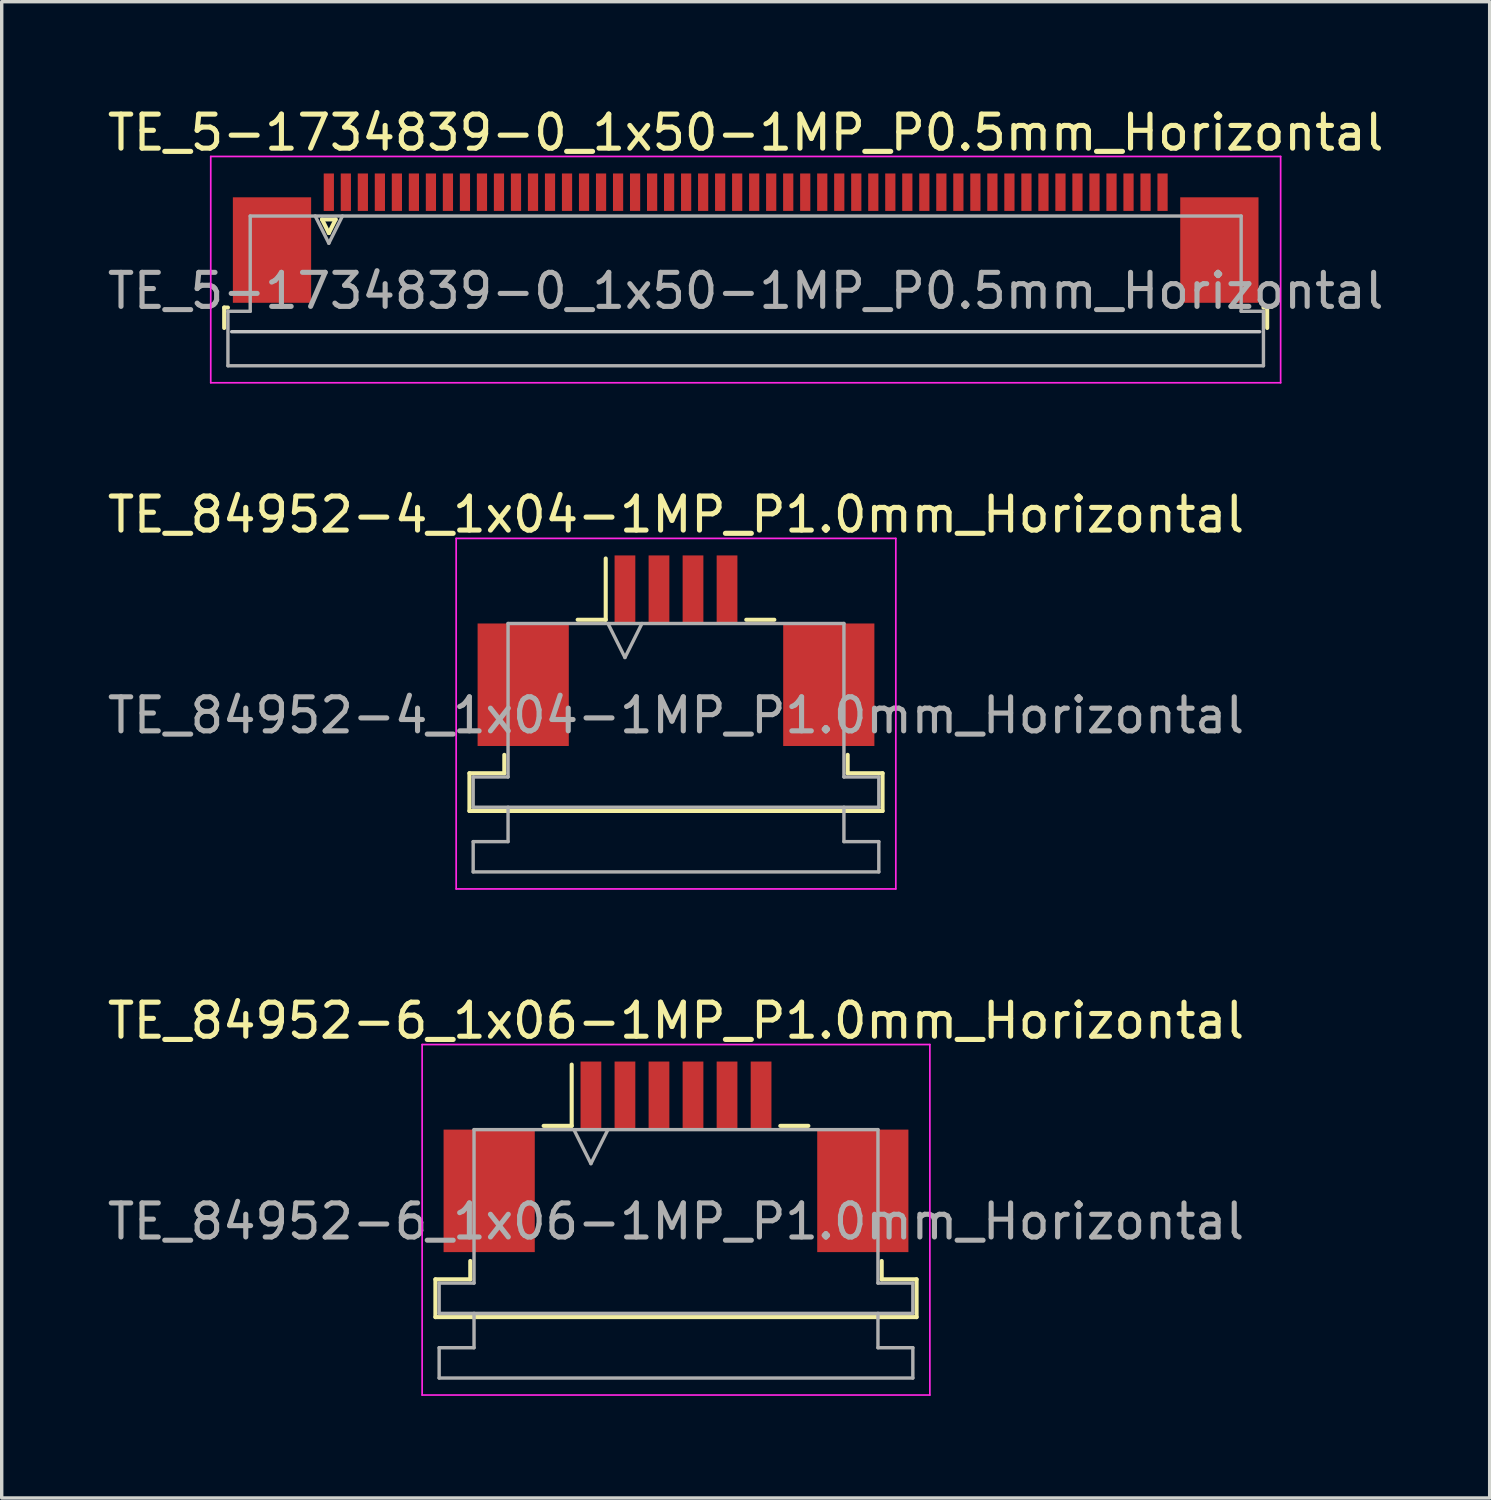
<source format=kicad_pcb>
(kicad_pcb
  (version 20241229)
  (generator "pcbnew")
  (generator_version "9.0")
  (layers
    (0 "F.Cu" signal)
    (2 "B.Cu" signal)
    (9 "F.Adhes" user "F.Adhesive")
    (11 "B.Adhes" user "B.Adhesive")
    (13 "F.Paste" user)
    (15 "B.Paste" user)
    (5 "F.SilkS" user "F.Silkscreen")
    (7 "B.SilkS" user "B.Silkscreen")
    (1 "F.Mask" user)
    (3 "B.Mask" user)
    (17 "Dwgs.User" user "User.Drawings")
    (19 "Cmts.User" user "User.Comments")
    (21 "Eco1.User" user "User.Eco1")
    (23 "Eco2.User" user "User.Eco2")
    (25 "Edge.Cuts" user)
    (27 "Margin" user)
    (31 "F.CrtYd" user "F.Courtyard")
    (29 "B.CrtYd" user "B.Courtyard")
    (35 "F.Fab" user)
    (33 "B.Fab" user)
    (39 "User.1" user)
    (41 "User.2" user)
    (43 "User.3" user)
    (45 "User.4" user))
  (footprint "TE_84952-6_1x06-1MP_P1.0mm_Horizontal"
    (layer "F.Cu")
    (at 16.815 30.945)
    (property "Reference" "TE_84952-6_1x06-1MP_P1.0mm_Horizontal" (at 0 -4 0) (layer "F.SilkS") (effects (font (size 1 1) (thickness 0.15))))
    (attr smd)
    (fp_line (start -7.07 3.6) (end -6.045 3.6) (stroke (width 0.12) (type solid)) (layer "F.SilkS"))
    (fp_line (start -7.07 4.71) (end -7.07 3.6) (stroke (width 0.12) (type solid)) (layer "F.SilkS"))
    (fp_line (start -6.045 3.6) (end -6.045 3.06) (stroke (width 0.12) (type solid)) (layer "F.SilkS"))
    (fp_line (start -3.89 -0.91) (end -3.065 -0.91) (stroke (width 0.12) (type solid)) (layer "F.SilkS"))
    (fp_line (start -3.065 -0.91) (end -3.065 -2.71) (stroke (width 0.12) (type solid)) (layer "F.SilkS"))
    (fp_line (start 3.065 -0.91) (end 3.89 -0.91) (stroke (width 0.12) (type solid)) (layer "F.SilkS"))
    (fp_line (start 6.045 3.06) (end 6.045 3.6) (stroke (width 0.12) (type solid)) (layer "F.SilkS"))
    (fp_line (start 6.045 3.6) (end 7.07 3.6) (stroke (width 0.12) (type solid)) (layer "F.SilkS"))
    (fp_line (start 7.07 3.6) (end 7.07 4.71) (stroke (width 0.12) (type solid)) (layer "F.SilkS"))
    (fp_line (start 7.07 4.71) (end -7.07 4.71) (stroke (width 0.12) (type solid)) (layer "F.SilkS"))
    (fp_line (start -7.46 -3.3) (end -7.46 7) (stroke (width 0.05) (type solid)) (layer "F.CrtYd"))
    (fp_line (start -7.46 7) (end 7.46 7) (stroke (width 0.05) (type solid)) (layer "F.CrtYd"))
    (fp_line (start 7.46 -3.3) (end -7.46 -3.3) (stroke (width 0.05) (type solid)) (layer "F.CrtYd"))
    (fp_line (start 7.46 7) (end 7.46 -3.3) (stroke (width 0.05) (type solid)) (layer "F.CrtYd"))
    (fp_line (start -6.96 3.71) (end -5.935 3.71) (stroke (width 0.1) (type solid)) (layer "F.Fab"))
    (fp_line (start -6.96 4.6) (end -6.96 3.71) (stroke (width 0.1) (type solid)) (layer "F.Fab"))
    (fp_line (start -6.96 5.61) (end -5.935 5.61) (stroke (width 0.1) (type solid)) (layer "F.Fab"))
    (fp_line (start -6.96 6.5) (end -6.96 5.61) (stroke (width 0.1) (type solid)) (layer "F.Fab"))
    (fp_line (start -5.935 -0.8) (end 5.935 -0.8) (stroke (width 0.1) (type solid)) (layer "F.Fab"))
    (fp_line (start -5.935 3.71) (end -5.935 -0.8) (stroke (width 0.1) (type solid)) (layer "F.Fab"))
    (fp_line (start -5.935 5.61) (end -5.935 4.6) (stroke (width 0.1) (type solid)) (layer "F.Fab"))
    (fp_line (start -3 -0.8) (end -2.5 0.2) (stroke (width 0.1) (type solid)) (layer "F.Fab"))
    (fp_line (start -2.5 0.2) (end -2 -0.8) (stroke (width 0.1) (type solid)) (layer "F.Fab"))
    (fp_line (start 5.935 -0.8) (end 5.935 3.71) (stroke (width 0.1) (type solid)) (layer "F.Fab"))
    (fp_line (start 5.935 3.71) (end 6.96 3.71) (stroke (width 0.1) (type solid)) (layer "F.Fab"))
    (fp_line (start 5.935 4.6) (end 5.935 5.61) (stroke (width 0.1) (type solid)) (layer "F.Fab"))
    (fp_line (start 5.935 5.61) (end 6.96 5.61) (stroke (width 0.1) (type solid)) (layer "F.Fab"))
    (fp_line (start 6.96 3.71) (end 6.96 4.6) (stroke (width 0.1) (type solid)) (layer "F.Fab"))
    (fp_line (start 6.96 4.6) (end -6.96 4.6) (stroke (width 0.1) (type solid)) (layer "F.Fab"))
    (fp_line (start 6.96 5.61) (end 6.96 6.5) (stroke (width 0.1) (type solid)) (layer "F.Fab"))
    (fp_line (start 6.96 6.5) (end -6.96 6.5) (stroke (width 0.1) (type solid)) (layer "F.Fab"))
    (fp_text user "${REFERENCE}" (at 0 1.9 0) (layer "F.Fab") (effects (font (size 1 1) (thickness 0.15))))
    (pad "1" smd rect (at -2.5 -1.8) (size 0.61 2) (layers "F.Cu" "F.Mask" "F.Paste"))
    (pad "2" smd rect (at -1.5 -1.8) (size 0.61 2) (layers "F.Cu" "F.Mask" "F.Paste"))
    (pad "3" smd rect (at -0.5 -1.8) (size 0.61 2) (layers "F.Cu" "F.Mask" "F.Paste"))
    (pad "4" smd rect (at 0.5 -1.8) (size 0.61 2) (layers "F.Cu" "F.Mask" "F.Paste"))
    (pad "5" smd rect (at 1.5 -1.8) (size 0.61 2) (layers "F.Cu" "F.Mask" "F.Paste"))
    (pad "6" smd rect (at 2.5 -1.8) (size 0.61 2) (layers "F.Cu" "F.Mask" "F.Paste"))
    (pad "MP" smd rect (at -5.49 1) (size 2.68 3.6) (layers "F.Cu" "F.Mask" "F.Paste"))
    (pad "MP" smd rect (at 5.49 1) (size 2.68 3.6) (layers "F.Cu" "F.Mask" "F.Paste")))
  (footprint "TE_84952-4_1x04-1MP_P1.0mm_Horizontal"
    (layer "F.Cu")
    (at 16.815 16.072)
    (property "Reference" "TE_84952-4_1x04-1MP_P1.0mm_Horizontal" (at 0 -4 0) (layer "F.SilkS") (effects (font (size 1 1) (thickness 0.15))))
    (attr smd)
    (fp_line (start -6.07 3.6) (end -5.045 3.6) (stroke (width 0.12) (type solid)) (layer "F.SilkS"))
    (fp_line (start -6.07 4.71) (end -6.07 3.6) (stroke (width 0.12) (type solid)) (layer "F.SilkS"))
    (fp_line (start -5.045 3.6) (end -5.045 3.06) (stroke (width 0.12) (type solid)) (layer "F.SilkS"))
    (fp_line (start -2.89 -0.91) (end -2.065 -0.91) (stroke (width 0.12) (type solid)) (layer "F.SilkS"))
    (fp_line (start -2.065 -0.91) (end -2.065 -2.71) (stroke (width 0.12) (type solid)) (layer "F.SilkS"))
    (fp_line (start 2.065 -0.91) (end 2.89 -0.91) (stroke (width 0.12) (type solid)) (layer "F.SilkS"))
    (fp_line (start 5.045 3.06) (end 5.045 3.6) (stroke (width 0.12) (type solid)) (layer "F.SilkS"))
    (fp_line (start 5.045 3.6) (end 6.07 3.6) (stroke (width 0.12) (type solid)) (layer "F.SilkS"))
    (fp_line (start 6.07 3.6) (end 6.07 4.71) (stroke (width 0.12) (type solid)) (layer "F.SilkS"))
    (fp_line (start 6.07 4.71) (end -6.07 4.71) (stroke (width 0.12) (type solid)) (layer "F.SilkS"))
    (fp_line (start -6.46 -3.3) (end -6.46 7) (stroke (width 0.05) (type solid)) (layer "F.CrtYd"))
    (fp_line (start -6.46 7) (end 6.46 7) (stroke (width 0.05) (type solid)) (layer "F.CrtYd"))
    (fp_line (start 6.46 -3.3) (end -6.46 -3.3) (stroke (width 0.05) (type solid)) (layer "F.CrtYd"))
    (fp_line (start 6.46 7) (end 6.46 -3.3) (stroke (width 0.05) (type solid)) (layer "F.CrtYd"))
    (fp_line (start -5.96 3.71) (end -4.935 3.71) (stroke (width 0.1) (type solid)) (layer "F.Fab"))
    (fp_line (start -5.96 4.6) (end -5.96 3.71) (stroke (width 0.1) (type solid)) (layer "F.Fab"))
    (fp_line (start -5.96 5.61) (end -4.935 5.61) (stroke (width 0.1) (type solid)) (layer "F.Fab"))
    (fp_line (start -5.96 6.5) (end -5.96 5.61) (stroke (width 0.1) (type solid)) (layer "F.Fab"))
    (fp_line (start -4.935 -0.8) (end 4.935 -0.8) (stroke (width 0.1) (type solid)) (layer "F.Fab"))
    (fp_line (start -4.935 3.71) (end -4.935 -0.8) (stroke (width 0.1) (type solid)) (layer "F.Fab"))
    (fp_line (start -4.935 5.61) (end -4.935 4.6) (stroke (width 0.1) (type solid)) (layer "F.Fab"))
    (fp_line (start -2 -0.8) (end -1.5 0.2) (stroke (width 0.1) (type solid)) (layer "F.Fab"))
    (fp_line (start -1.5 0.2) (end -1 -0.8) (stroke (width 0.1) (type solid)) (layer "F.Fab"))
    (fp_line (start 4.935 -0.8) (end 4.935 3.71) (stroke (width 0.1) (type solid)) (layer "F.Fab"))
    (fp_line (start 4.935 3.71) (end 5.96 3.71) (stroke (width 0.1) (type solid)) (layer "F.Fab"))
    (fp_line (start 4.935 4.6) (end 4.935 5.61) (stroke (width 0.1) (type solid)) (layer "F.Fab"))
    (fp_line (start 4.935 5.61) (end 5.96 5.61) (stroke (width 0.1) (type solid)) (layer "F.Fab"))
    (fp_line (start 5.96 3.71) (end 5.96 4.6) (stroke (width 0.1) (type solid)) (layer "F.Fab"))
    (fp_line (start 5.96 4.6) (end -5.96 4.6) (stroke (width 0.1) (type solid)) (layer "F.Fab"))
    (fp_line (start 5.96 5.61) (end 5.96 6.5) (stroke (width 0.1) (type solid)) (layer "F.Fab"))
    (fp_line (start 5.96 6.5) (end -5.96 6.5) (stroke (width 0.1) (type solid)) (layer "F.Fab"))
    (fp_text user "${REFERENCE}" (at 0 1.9 0) (layer "F.Fab") (effects (font (size 1 1) (thickness 0.15))))
    (pad "1" smd rect (at -1.5 -1.8) (size 0.61 2) (layers "F.Cu" "F.Mask" "F.Paste"))
    (pad "2" smd rect (at -0.5 -1.8) (size 0.61 2) (layers "F.Cu" "F.Mask" "F.Paste"))
    (pad "3" smd rect (at 0.5 -1.8) (size 0.61 2) (layers "F.Cu" "F.Mask" "F.Paste"))
    (pad "4" smd rect (at 1.5 -1.8) (size 0.61 2) (layers "F.Cu" "F.Mask" "F.Paste"))
    (pad "MP" smd rect (at -4.49 1) (size 2.68 3.6) (layers "F.Cu" "F.Mask" "F.Paste"))
    (pad "MP" smd rect (at 4.49 1) (size 2.68 3.6) (layers "F.Cu" "F.Mask" "F.Paste")))
  (footprint "TE_5-1734839-0_1x50-1MP_P0.5mm_Horizontal"
    (layer "F.Cu")
    (at 18.863 3.948)
    (property "Reference" "TE_5-1734839-0_1x50-1MP_P0.5mm_Horizontal" (at 0 -3.1 0) (layer "F.SilkS") (effects (font (size 1 1) (thickness 0.15))))
    (attr smd)
    (fp_line (start -15.325 2.04) (end -15.325 2.64) (stroke (width 0.12) (type solid)) (layer "F.SilkS"))
    (fp_line (start -15.215 2.04) (end -15.325 2.04) (stroke (width 0.12) (type solid)) (layer "F.SilkS"))
    (fp_line (start -12.45 -0.55) (end -12.25 -0.15) (stroke (width 0.12) (type solid)) (layer "F.SilkS"))
    (fp_line (start -12.25 -0.15) (end -12.05 -0.55) (stroke (width 0.12) (type solid)) (layer "F.SilkS"))
    (fp_line (start -12.05 -0.55) (end -12.45 -0.55) (stroke (width 0.12) (type solid)) (layer "F.SilkS"))
    (fp_line (start 15.215 2.04) (end 15.325 2.04) (stroke (width 0.12) (type solid)) (layer "F.SilkS"))
    (fp_line (start 15.325 2.04) (end 15.325 2.64) (stroke (width 0.12) (type solid)) (layer "F.SilkS"))
    (fp_line (start 15.105 2.75) (end -15.105 2.75) (stroke (width 0.1) (type solid)) (layer "Dwgs.User"))
    (fp_line (start -15.72 -2.4) (end -15.72 4.25) (stroke (width 0.05) (type solid)) (layer "F.CrtYd"))
    (fp_line (start -15.72 4.25) (end 15.72 4.25) (stroke (width 0.05) (type solid)) (layer "F.CrtYd"))
    (fp_line (start 15.72 -2.4) (end -15.72 -2.4) (stroke (width 0.05) (type solid)) (layer "F.CrtYd"))
    (fp_line (start 15.72 4.25) (end 15.72 -2.4) (stroke (width 0.05) (type solid)) (layer "F.CrtYd"))
    (fp_line (start -15.215 2.15) (end -14.56 2.15) (stroke (width 0.1) (type solid)) (layer "F.Fab"))
    (fp_line (start -15.215 3.75) (end -15.215 2.15) (stroke (width 0.1) (type solid)) (layer "F.Fab"))
    (fp_line (start -14.56 -0.65) (end 14.56 -0.65) (stroke (width 0.1) (type solid)) (layer "F.Fab"))
    (fp_line (start -14.56 2.15) (end -14.56 -0.65) (stroke (width 0.1) (type solid)) (layer "F.Fab"))
    (fp_line (start -12.65 -0.65) (end -12.25 0.15) (stroke (width 0.1) (type solid)) (layer "F.Fab"))
    (fp_line (start -12.25 0.15) (end -11.85 -0.65) (stroke (width 0.1) (type solid)) (layer "F.Fab"))
    (fp_line (start 14.56 -0.65) (end 14.56 2.15) (stroke (width 0.1) (type solid)) (layer "F.Fab"))
    (fp_line (start 14.56 2.15) (end 15.215 2.15) (stroke (width 0.1) (type solid)) (layer "F.Fab"))
    (fp_line (start 15.215 2.15) (end 15.215 3.75) (stroke (width 0.1) (type solid)) (layer "F.Fab"))
    (fp_line (start 15.215 3.75) (end -15.215 3.75) (stroke (width 0.1) (type solid)) (layer "F.Fab"))
    (fp_text user "${REFERENCE}" (at 0 1.55 0) (layer "F.Fab") (effects (font (size 1 1) (thickness 0.15))))
    (pad "1" smd rect (at -12.25 -1.35) (size 0.3 1.1) (layers "F.Cu" "F.Mask" "F.Paste"))
    (pad "2" smd rect (at -11.75 -1.35) (size 0.3 1.1) (layers "F.Cu" "F.Mask" "F.Paste"))
    (pad "3" smd rect (at -11.25 -1.35) (size 0.3 1.1) (layers "F.Cu" "F.Mask" "F.Paste"))
    (pad "4" smd rect (at -10.75 -1.35) (size 0.3 1.1) (layers "F.Cu" "F.Mask" "F.Paste"))
    (pad "5" smd rect (at -10.25 -1.35) (size 0.3 1.1) (layers "F.Cu" "F.Mask" "F.Paste"))
    (pad "6" smd rect (at -9.75 -1.35) (size 0.3 1.1) (layers "F.Cu" "F.Mask" "F.Paste"))
    (pad "7" smd rect (at -9.25 -1.35) (size 0.3 1.1) (layers "F.Cu" "F.Mask" "F.Paste"))
    (pad "8" smd rect (at -8.75 -1.35) (size 0.3 1.1) (layers "F.Cu" "F.Mask" "F.Paste"))
    (pad "9" smd rect (at -8.25 -1.35) (size 0.3 1.1) (layers "F.Cu" "F.Mask" "F.Paste"))
    (pad "10" smd rect (at -7.75 -1.35) (size 0.3 1.1) (layers "F.Cu" "F.Mask" "F.Paste"))
    (pad "11" smd rect (at -7.25 -1.35) (size 0.3 1.1) (layers "F.Cu" "F.Mask" "F.Paste"))
    (pad "12" smd rect (at -6.75 -1.35) (size 0.3 1.1) (layers "F.Cu" "F.Mask" "F.Paste"))
    (pad "13" smd rect (at -6.25 -1.35) (size 0.3 1.1) (layers "F.Cu" "F.Mask" "F.Paste"))
    (pad "14" smd rect (at -5.75 -1.35) (size 0.3 1.1) (layers "F.Cu" "F.Mask" "F.Paste"))
    (pad "15" smd rect (at -5.25 -1.35) (size 0.3 1.1) (layers "F.Cu" "F.Mask" "F.Paste"))
    (pad "16" smd rect (at -4.75 -1.35) (size 0.3 1.1) (layers "F.Cu" "F.Mask" "F.Paste"))
    (pad "17" smd rect (at -4.25 -1.35) (size 0.3 1.1) (layers "F.Cu" "F.Mask" "F.Paste"))
    (pad "18" smd rect (at -3.75 -1.35) (size 0.3 1.1) (layers "F.Cu" "F.Mask" "F.Paste"))
    (pad "19" smd rect (at -3.25 -1.35) (size 0.3 1.1) (layers "F.Cu" "F.Mask" "F.Paste"))
    (pad "20" smd rect (at -2.75 -1.35) (size 0.3 1.1) (layers "F.Cu" "F.Mask" "F.Paste"))
    (pad "21" smd rect (at -2.25 -1.35) (size 0.3 1.1) (layers "F.Cu" "F.Mask" "F.Paste"))
    (pad "22" smd rect (at -1.75 -1.35) (size 0.3 1.1) (layers "F.Cu" "F.Mask" "F.Paste"))
    (pad "23" smd rect (at -1.25 -1.35) (size 0.3 1.1) (layers "F.Cu" "F.Mask" "F.Paste"))
    (pad "24" smd rect (at -0.75 -1.35) (size 0.3 1.1) (layers "F.Cu" "F.Mask" "F.Paste"))
    (pad "25" smd rect (at -0.25 -1.35) (size 0.3 1.1) (layers "F.Cu" "F.Mask" "F.Paste"))
    (pad "26" smd rect (at 0.25 -1.35) (size 0.3 1.1) (layers "F.Cu" "F.Mask" "F.Paste"))
    (pad "27" smd rect (at 0.75 -1.35) (size 0.3 1.1) (layers "F.Cu" "F.Mask" "F.Paste"))
    (pad "28" smd rect (at 1.25 -1.35) (size 0.3 1.1) (layers "F.Cu" "F.Mask" "F.Paste"))
    (pad "29" smd rect (at 1.75 -1.35) (size 0.3 1.1) (layers "F.Cu" "F.Mask" "F.Paste"))
    (pad "30" smd rect (at 2.25 -1.35) (size 0.3 1.1) (layers "F.Cu" "F.Mask" "F.Paste"))
    (pad "31" smd rect (at 2.75 -1.35) (size 0.3 1.1) (layers "F.Cu" "F.Mask" "F.Paste"))
    (pad "32" smd rect (at 3.25 -1.35) (size 0.3 1.1) (layers "F.Cu" "F.Mask" "F.Paste"))
    (pad "33" smd rect (at 3.75 -1.35) (size 0.3 1.1) (layers "F.Cu" "F.Mask" "F.Paste"))
    (pad "34" smd rect (at 4.25 -1.35) (size 0.3 1.1) (layers "F.Cu" "F.Mask" "F.Paste"))
    (pad "35" smd rect (at 4.75 -1.35) (size 0.3 1.1) (layers "F.Cu" "F.Mask" "F.Paste"))
    (pad "36" smd rect (at 5.25 -1.35) (size 0.3 1.1) (layers "F.Cu" "F.Mask" "F.Paste"))
    (pad "37" smd rect (at 5.75 -1.35) (size 0.3 1.1) (layers "F.Cu" "F.Mask" "F.Paste"))
    (pad "38" smd rect (at 6.25 -1.35) (size 0.3 1.1) (layers "F.Cu" "F.Mask" "F.Paste"))
    (pad "39" smd rect (at 6.75 -1.35) (size 0.3 1.1) (layers "F.Cu" "F.Mask" "F.Paste"))
    (pad "40" smd rect (at 7.25 -1.35) (size 0.3 1.1) (layers "F.Cu" "F.Mask" "F.Paste"))
    (pad "41" smd rect (at 7.75 -1.35) (size 0.3 1.1) (layers "F.Cu" "F.Mask" "F.Paste"))
    (pad "42" smd rect (at 8.25 -1.35) (size 0.3 1.1) (layers "F.Cu" "F.Mask" "F.Paste"))
    (pad "43" smd rect (at 8.75 -1.35) (size 0.3 1.1) (layers "F.Cu" "F.Mask" "F.Paste"))
    (pad "44" smd rect (at 9.25 -1.35) (size 0.3 1.1) (layers "F.Cu" "F.Mask" "F.Paste"))
    (pad "45" smd rect (at 9.75 -1.35) (size 0.3 1.1) (layers "F.Cu" "F.Mask" "F.Paste"))
    (pad "46" smd rect (at 10.25 -1.35) (size 0.3 1.1) (layers "F.Cu" "F.Mask" "F.Paste"))
    (pad "47" smd rect (at 10.75 -1.35) (size 0.3 1.1) (layers "F.Cu" "F.Mask" "F.Paste"))
    (pad "48" smd rect (at 11.25 -1.35) (size 0.3 1.1) (layers "F.Cu" "F.Mask" "F.Paste"))
    (pad "49" smd rect (at 11.75 -1.35) (size 0.3 1.1) (layers "F.Cu" "F.Mask" "F.Paste"))
    (pad "50" smd rect (at 12.25 -1.35) (size 0.3 1.1) (layers "F.Cu" "F.Mask" "F.Paste"))
    (pad "MP" smd rect (at -13.92 0.35) (size 2.3 3.1) (layers "F.Cu" "F.Mask" "F.Paste"))
    (pad "MP" smd rect (at 13.92 0.35) (size 2.3 3.1) (layers "F.Cu" "F.Mask" "F.Paste")))
  (gr_rect
    (start -3 -3)
    (end 40.726 40.97)
    (stroke (width 0.1) (type default))
    (fill no)
    (layer "Edge.Cuts")))
</source>
